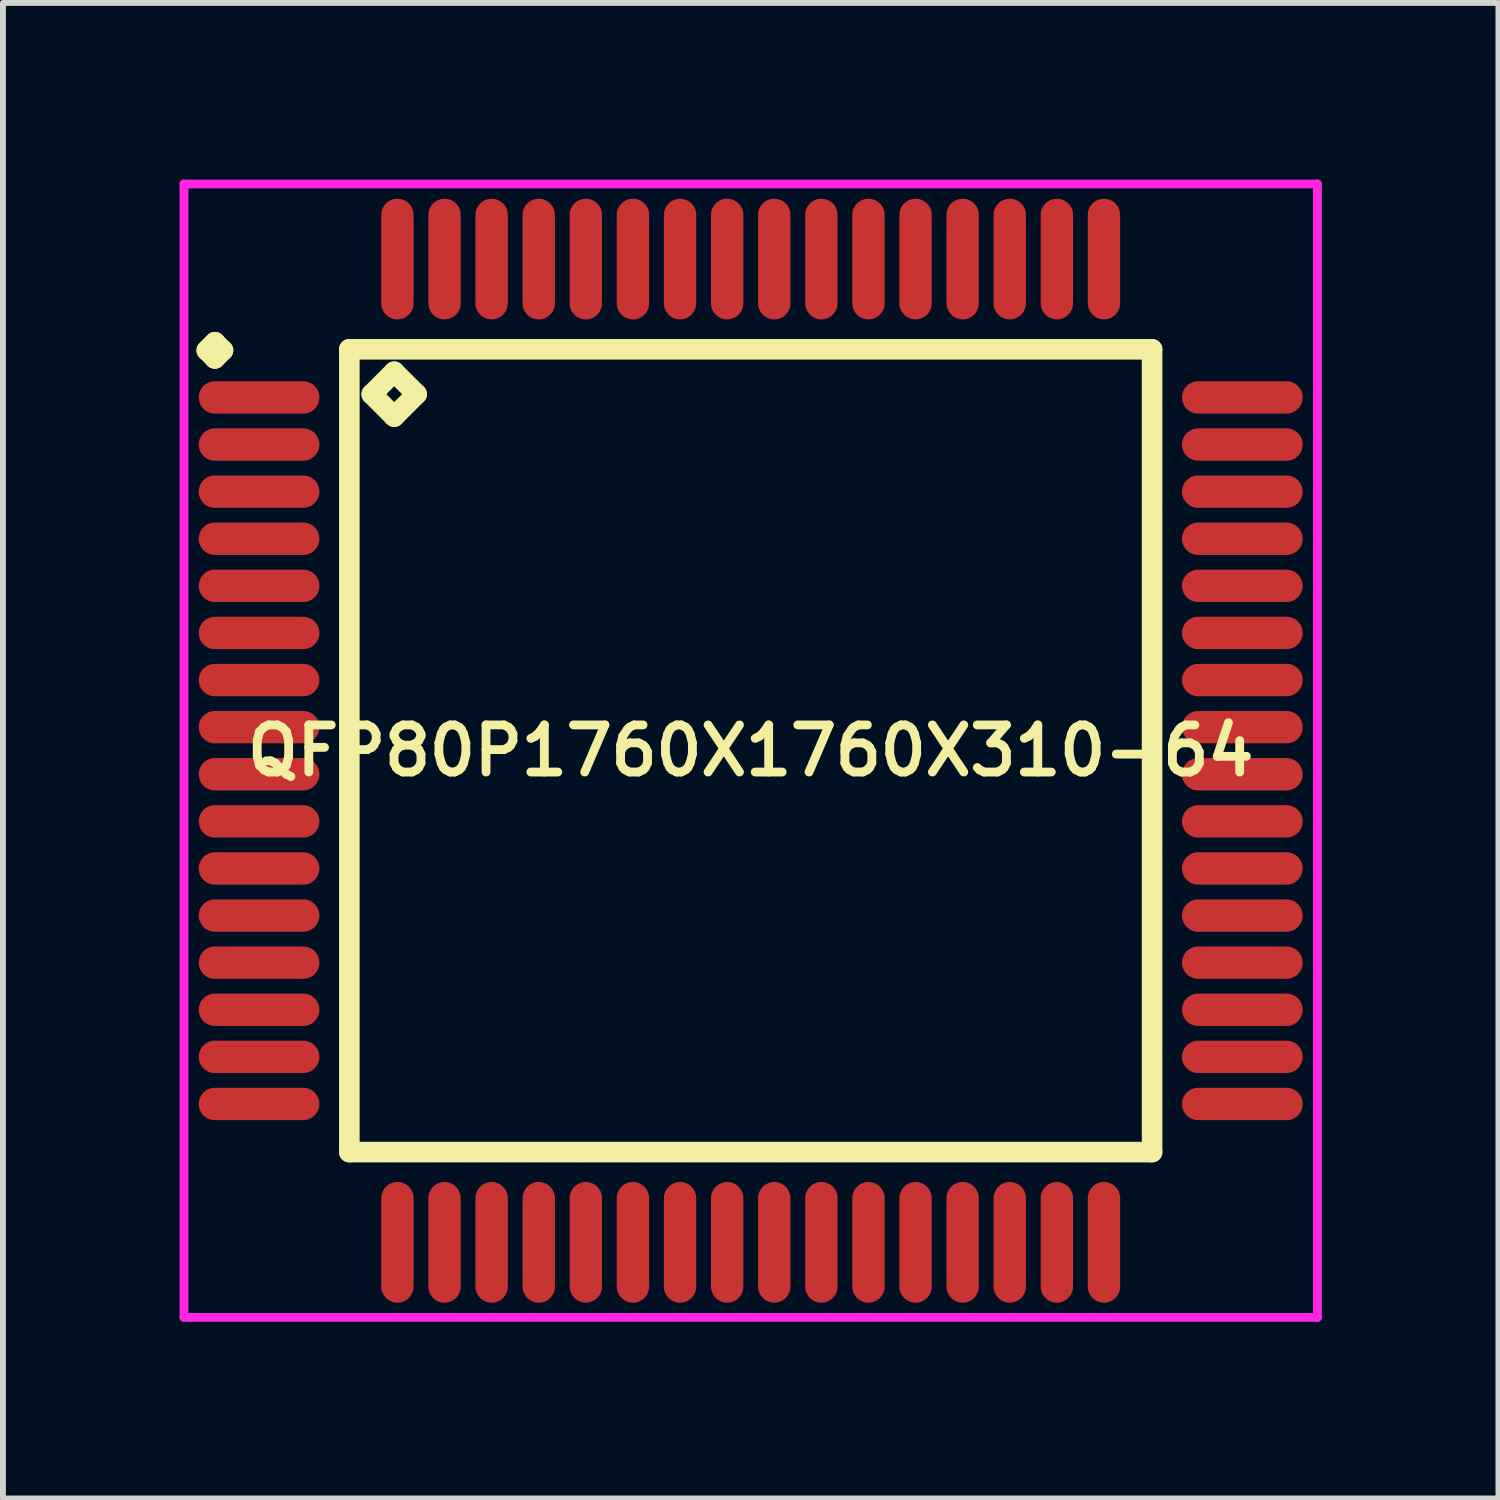
<source format=kicad_pcb>
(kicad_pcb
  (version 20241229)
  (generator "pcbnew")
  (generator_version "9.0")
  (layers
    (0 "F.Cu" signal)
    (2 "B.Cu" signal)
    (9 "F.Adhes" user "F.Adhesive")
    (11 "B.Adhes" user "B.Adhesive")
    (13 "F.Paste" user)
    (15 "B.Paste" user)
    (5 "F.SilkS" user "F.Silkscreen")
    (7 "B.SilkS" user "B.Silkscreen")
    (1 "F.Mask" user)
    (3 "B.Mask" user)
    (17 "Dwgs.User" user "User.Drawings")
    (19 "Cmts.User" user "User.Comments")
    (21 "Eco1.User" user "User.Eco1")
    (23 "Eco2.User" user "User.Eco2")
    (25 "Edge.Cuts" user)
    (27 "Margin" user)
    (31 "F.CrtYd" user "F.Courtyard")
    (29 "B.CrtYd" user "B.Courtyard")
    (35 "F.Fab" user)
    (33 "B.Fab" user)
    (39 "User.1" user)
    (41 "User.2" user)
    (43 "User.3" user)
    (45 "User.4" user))
  (footprint "QFP80P1760X1760X310-64"
    (layer "F.Cu")
    (at 9.7 9.7)
    (property "Reference" "QFP80P1760X1760X310-64" (at 0 0 0) (layer "F.SilkS") (effects (font (size 0.8 0.8) (thickness 0.15))))
    (attr smd)
    (fp_line (start -9.238 -6.8) (end -9.1 -6.938) (stroke (width 0.35) (type solid)) (layer "F.SilkS"))
    (fp_line (start -9.1 -6.938) (end -8.963 -6.8) (stroke (width 0.35) (type solid)) (layer "F.SilkS"))
    (fp_line (start -9.1 -6.662) (end -9.238 -6.8) (stroke (width 0.35) (type solid)) (layer "F.SilkS"))
    (fp_line (start -8.963 -6.8) (end -9.1 -6.662) (stroke (width 0.35) (type solid)) (layer "F.SilkS"))
    (fp_line (start -6.817 -6.817) (end -6.817 6.817) (stroke (width 0.35) (type solid)) (layer "F.SilkS"))
    (fp_line (start -6.817 6.817) (end 6.817 6.817) (stroke (width 0.35) (type solid)) (layer "F.SilkS"))
    (fp_line (start -6.436 -6.055) (end -6.055 -6.436) (stroke (width 0.35) (type solid)) (layer "F.SilkS"))
    (fp_line (start -6.055 -6.436) (end -5.674 -6.055) (stroke (width 0.35) (type solid)) (layer "F.SilkS"))
    (fp_line (start -6.055 -5.674) (end -6.436 -6.055) (stroke (width 0.35) (type solid)) (layer "F.SilkS"))
    (fp_line (start -5.674 -6.055) (end -6.055 -5.674) (stroke (width 0.35) (type solid)) (layer "F.SilkS"))
    (fp_line (start 6.817 -6.817) (end -6.817 -6.817) (stroke (width 0.35) (type solid)) (layer "F.SilkS"))
    (fp_line (start 6.817 6.817) (end 6.817 -6.817) (stroke (width 0.35) (type solid)) (layer "F.SilkS"))
    (fp_line (start -9.625 -9.625) (end 9.625 -9.625) (stroke (width 0.15) (type solid)) (layer "F.CrtYd"))
    (fp_line (start -9.625 9.625) (end -9.625 -9.625) (stroke (width 0.15) (type solid)) (layer "F.CrtYd"))
    (fp_line (start 9.625 -9.625) (end 9.625 9.625) (stroke (width 0.15) (type solid)) (layer "F.CrtYd"))
    (fp_line (start 9.625 9.625) (end -9.625 9.625) (stroke (width 0.15) (type solid)) (layer "F.CrtYd"))
    (pad "1" smd oval (at -8.35 -6) (size 2.05 0.55) (layers "F.Cu" "F.Mask" "F.Paste"))
    (pad "2" smd oval (at -8.35 -5.2) (size 2.05 0.55) (layers "F.Cu" "F.Mask" "F.Paste"))
    (pad "3" smd oval (at -8.35 -4.4) (size 2.05 0.55) (layers "F.Cu" "F.Mask" "F.Paste"))
    (pad "4" smd oval (at -8.35 -3.6) (size 2.05 0.55) (layers "F.Cu" "F.Mask" "F.Paste"))
    (pad "5" smd oval (at -8.35 -2.8) (size 2.05 0.55) (layers "F.Cu" "F.Mask" "F.Paste"))
    (pad "6" smd oval (at -8.35 -2) (size 2.05 0.55) (layers "F.Cu" "F.Mask" "F.Paste"))
    (pad "7" smd oval (at -8.35 -1.2) (size 2.05 0.55) (layers "F.Cu" "F.Mask" "F.Paste"))
    (pad "8" smd oval (at -8.35 -0.4) (size 2.05 0.55) (layers "F.Cu" "F.Mask" "F.Paste"))
    (pad "9" smd oval (at -8.35 0.4) (size 2.05 0.55) (layers "F.Cu" "F.Mask" "F.Paste"))
    (pad "10" smd oval (at -8.35 1.2) (size 2.05 0.55) (layers "F.Cu" "F.Mask" "F.Paste"))
    (pad "11" smd oval (at -8.35 2) (size 2.05 0.55) (layers "F.Cu" "F.Mask" "F.Paste"))
    (pad "12" smd oval (at -8.35 2.8) (size 2.05 0.55) (layers "F.Cu" "F.Mask" "F.Paste"))
    (pad "13" smd oval (at -8.35 3.6) (size 2.05 0.55) (layers "F.Cu" "F.Mask" "F.Paste"))
    (pad "14" smd oval (at -8.35 4.4) (size 2.05 0.55) (layers "F.Cu" "F.Mask" "F.Paste"))
    (pad "15" smd oval (at -8.35 5.2) (size 2.05 0.55) (layers "F.Cu" "F.Mask" "F.Paste"))
    (pad "16" smd oval (at -8.35 6) (size 2.05 0.55) (layers "F.Cu" "F.Mask" "F.Paste"))
    (pad "17" smd oval (at -6 8.35) (size 0.55 2.05) (layers "F.Cu" "F.Mask" "F.Paste"))
    (pad "18" smd oval (at -5.2 8.35) (size 0.55 2.05) (layers "F.Cu" "F.Mask" "F.Paste"))
    (pad "19" smd oval (at -4.4 8.35) (size 0.55 2.05) (layers "F.Cu" "F.Mask" "F.Paste"))
    (pad "20" smd oval (at -3.6 8.35) (size 0.55 2.05) (layers "F.Cu" "F.Mask" "F.Paste"))
    (pad "21" smd oval (at -2.8 8.35) (size 0.55 2.05) (layers "F.Cu" "F.Mask" "F.Paste"))
    (pad "22" smd oval (at -2 8.35) (size 0.55 2.05) (layers "F.Cu" "F.Mask" "F.Paste"))
    (pad "23" smd oval (at -1.2 8.35) (size 0.55 2.05) (layers "F.Cu" "F.Mask" "F.Paste"))
    (pad "24" smd oval (at -0.4 8.35) (size 0.55 2.05) (layers "F.Cu" "F.Mask" "F.Paste"))
    (pad "25" smd oval (at 0.4 8.35) (size 0.55 2.05) (layers "F.Cu" "F.Mask" "F.Paste"))
    (pad "26" smd oval (at 1.2 8.35) (size 0.55 2.05) (layers "F.Cu" "F.Mask" "F.Paste"))
    (pad "27" smd oval (at 2 8.35) (size 0.55 2.05) (layers "F.Cu" "F.Mask" "F.Paste"))
    (pad "28" smd oval (at 2.8 8.35) (size 0.55 2.05) (layers "F.Cu" "F.Mask" "F.Paste"))
    (pad "29" smd oval (at 3.6 8.35) (size 0.55 2.05) (layers "F.Cu" "F.Mask" "F.Paste"))
    (pad "30" smd oval (at 4.4 8.35) (size 0.55 2.05) (layers "F.Cu" "F.Mask" "F.Paste"))
    (pad "31" smd oval (at 5.2 8.35) (size 0.55 2.05) (layers "F.Cu" "F.Mask" "F.Paste"))
    (pad "32" smd oval (at 6 8.35) (size 0.55 2.05) (layers "F.Cu" "F.Mask" "F.Paste"))
    (pad "33" smd oval (at 8.35 6) (size 2.05 0.55) (layers "F.Cu" "F.Mask" "F.Paste"))
    (pad "34" smd oval (at 8.35 5.2) (size 2.05 0.55) (layers "F.Cu" "F.Mask" "F.Paste"))
    (pad "35" smd oval (at 8.35 4.4) (size 2.05 0.55) (layers "F.Cu" "F.Mask" "F.Paste"))
    (pad "36" smd oval (at 8.35 3.6) (size 2.05 0.55) (layers "F.Cu" "F.Mask" "F.Paste"))
    (pad "37" smd oval (at 8.35 2.8) (size 2.05 0.55) (layers "F.Cu" "F.Mask" "F.Paste"))
    (pad "38" smd oval (at 8.35 2) (size 2.05 0.55) (layers "F.Cu" "F.Mask" "F.Paste"))
    (pad "39" smd oval (at 8.35 1.2) (size 2.05 0.55) (layers "F.Cu" "F.Mask" "F.Paste"))
    (pad "40" smd oval (at 8.35 0.4) (size 2.05 0.55) (layers "F.Cu" "F.Mask" "F.Paste"))
    (pad "41" smd oval (at 8.35 -0.4) (size 2.05 0.55) (layers "F.Cu" "F.Mask" "F.Paste"))
    (pad "42" smd oval (at 8.35 -1.2) (size 2.05 0.55) (layers "F.Cu" "F.Mask" "F.Paste"))
    (pad "43" smd oval (at 8.35 -2) (size 2.05 0.55) (layers "F.Cu" "F.Mask" "F.Paste"))
    (pad "44" smd oval (at 8.35 -2.8) (size 2.05 0.55) (layers "F.Cu" "F.Mask" "F.Paste"))
    (pad "45" smd oval (at 8.35 -3.6) (size 2.05 0.55) (layers "F.Cu" "F.Mask" "F.Paste"))
    (pad "46" smd oval (at 8.35 -4.4) (size 2.05 0.55) (layers "F.Cu" "F.Mask" "F.Paste"))
    (pad "47" smd oval (at 8.35 -5.2) (size 2.05 0.55) (layers "F.Cu" "F.Mask" "F.Paste"))
    (pad "48" smd oval (at 8.35 -6) (size 2.05 0.55) (layers "F.Cu" "F.Mask" "F.Paste"))
    (pad "49" smd oval (at 6 -8.35) (size 0.55 2.05) (layers "F.Cu" "F.Mask" "F.Paste"))
    (pad "50" smd oval (at 5.2 -8.35) (size 0.55 2.05) (layers "F.Cu" "F.Mask" "F.Paste"))
    (pad "51" smd oval (at 4.4 -8.35) (size 0.55 2.05) (layers "F.Cu" "F.Mask" "F.Paste"))
    (pad "52" smd oval (at 3.6 -8.35) (size 0.55 2.05) (layers "F.Cu" "F.Mask" "F.Paste"))
    (pad "53" smd oval (at 2.8 -8.35) (size 0.55 2.05) (layers "F.Cu" "F.Mask" "F.Paste"))
    (pad "54" smd oval (at 2 -8.35) (size 0.55 2.05) (layers "F.Cu" "F.Mask" "F.Paste"))
    (pad "55" smd oval (at 1.2 -8.35) (size 0.55 2.05) (layers "F.Cu" "F.Mask" "F.Paste"))
    (pad "56" smd oval (at 0.4 -8.35) (size 0.55 2.05) (layers "F.Cu" "F.Mask" "F.Paste"))
    (pad "57" smd oval (at -0.4 -8.35) (size 0.55 2.05) (layers "F.Cu" "F.Mask" "F.Paste"))
    (pad "58" smd oval (at -1.2 -8.35) (size 0.55 2.05) (layers "F.Cu" "F.Mask" "F.Paste"))
    (pad "59" smd oval (at -2 -8.35) (size 0.55 2.05) (layers "F.Cu" "F.Mask" "F.Paste"))
    (pad "60" smd oval (at -2.8 -8.35) (size 0.55 2.05) (layers "F.Cu" "F.Mask" "F.Paste"))
    (pad "61" smd oval (at -3.6 -8.35) (size 0.55 2.05) (layers "F.Cu" "F.Mask" "F.Paste"))
    (pad "62" smd oval (at -4.4 -8.35) (size 0.55 2.05) (layers "F.Cu" "F.Mask" "F.Paste"))
    (pad "63" smd oval (at -5.2 -8.35) (size 0.55 2.05) (layers "F.Cu" "F.Mask" "F.Paste"))
    (pad "64" smd oval (at -6 -8.35) (size 0.55 2.05) (layers "F.Cu" "F.Mask" "F.Paste")))
  (gr_rect
    (start -3 -3)
    (end 22.4 22.4)
    (stroke (width 0.1) (type default))
    (fill no)
    (layer "Edge.Cuts")))
</source>
